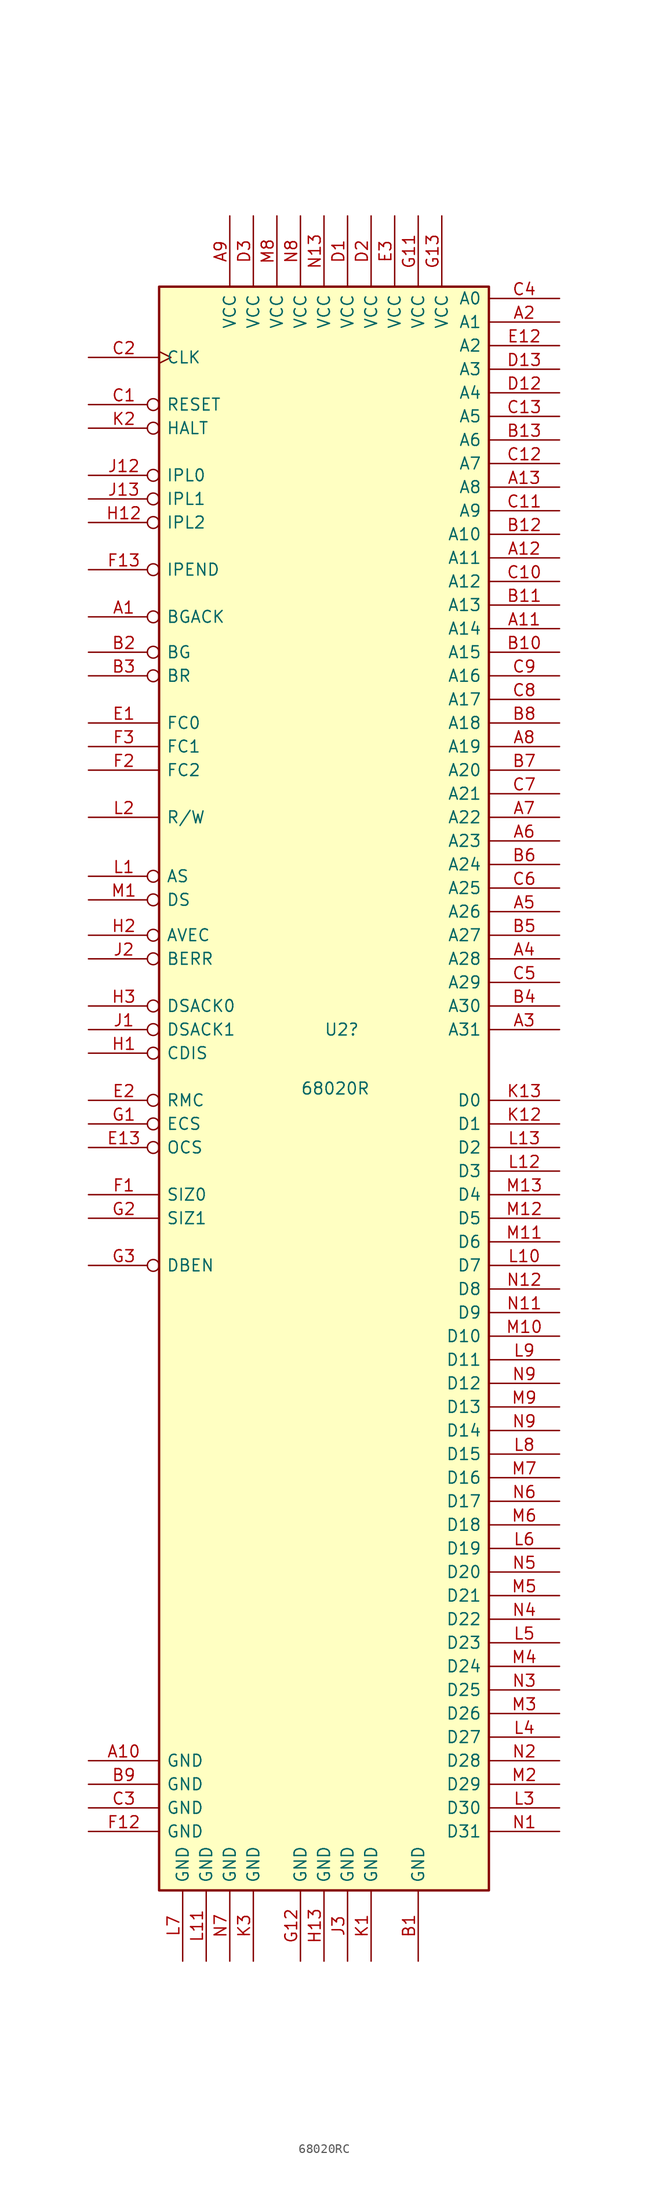
<source format=kicad_sym>
(kicad_symbol_lib
  (version 20241209)
  (generator "kicad_symbol_editor")
  (generator_version "9.0")
  (symbol "68020RC"
    (pin_names
      (offset 0.762))
    (property "Reference" "U2"
      (at 0 -20.32 0)
      (effects (font (size 1.27 1.27)) (justify left)))
    (property "Value" "68020R"
      (at -2.54 -26.67 0)
      (effects (font (size 1.27 1.27)) (justify left)))
    (symbol "68020RC_0_1"
      (rectangle (start -17.78 59.69) (end 17.78 -113.03) (stroke (width 0.254) (type default)) (fill (type background))))
    (symbol "68020RC_1_1"
      (pin input clock (at -25.4 52.07 0) (length 7.62) (name "CLK" (effects (font (size 1.27 1.27)))) (number "C2" (effects (font (size 1.27 1.27)))))
      (pin bidirectional inverted (at -25.4 46.99 0) (length 7.62) (name "RESET" (effects (font (size 1.27 1.27)))) (number "C1" (effects (font (size 1.27 1.27)))))
      (pin bidirectional inverted (at -25.4 44.45 0) (length 7.62) (name "HALT" (effects (font (size 1.27 1.27)))) (number "K2" (effects (font (size 1.27 1.27)))))
      (pin input inverted (at -25.4 39.37 0) (length 7.62) (name "IPL0" (effects (font (size 1.27 1.27)))) (number "J12" (effects (font (size 1.27 1.27)))))
      (pin input inverted (at -25.4 36.83 0) (length 7.62) (name "IPL1" (effects (font (size 1.27 1.27)))) (number "J13" (effects (font (size 1.27 1.27)))))
      (pin input inverted (at -25.4 34.29 0) (length 7.62) (name "IPL2" (effects (font (size 1.27 1.27)))) (number "H12" (effects (font (size 1.27 1.27)))))
      (pin unspecified inverted (at -25.4 29.21 0) (length 7.62) (name "IPEND" (effects (font (size 1.27 1.27)))) (number "F13" (effects (font (size 1.27 1.27)))))
      (pin input inverted (at -25.4 24.13 0) (length 7.62) (name "BGACK" (effects (font (size 1.27 1.27)))) (number "A1" (effects (font (size 1.27 1.27)))))
      (pin output inverted (at -25.4 20.32 0) (length 7.62) (name "BG" (effects (font (size 1.27 1.27)))) (number "B2" (effects (font (size 1.27 1.27)))))
      (pin input inverted (at -25.4 17.78 0) (length 7.62) (name "BR" (effects (font (size 1.27 1.27)))) (number "B3" (effects (font (size 1.27 1.27)))))
      (pin unspecified line (at -25.4 12.7 0) (length 7.62) (name "FC0" (effects (font (size 1.27 1.27)))) (number "E1" (effects (font (size 1.27 1.27)))))
      (pin output line (at -25.4 10.16 0) (length 7.62) (name "FC1" (effects (font (size 1.27 1.27)))) (number "F3" (effects (font (size 1.27 1.27)))))
      (pin output line (at -25.4 7.62 0) (length 7.62) (name "FC2" (effects (font (size 1.27 1.27)))) (number "F2" (effects (font (size 1.27 1.27)))))
      (pin output line (at -25.4 2.54 0) (length 7.62) (name "R/W" (effects (font (size 1.27 1.27)))) (number "L2" (effects (font (size 1.27 1.27)))))
      (pin output inverted (at -25.4 -3.81 0) (length 7.62) (name "AS" (effects (font (size 1.27 1.27)))) (number "L1" (effects (font (size 1.27 1.27)))))
      (pin input inverted (at -25.4 -6.35 0) (length 7.62) (name "DS" (effects (font (size 1.27 1.27)))) (number "M1" (effects (font (size 1.27 1.27)))))
      (pin unspecified inverted (at -25.4 -10.16 0) (length 7.62) (name "AVEC" (effects (font (size 1.27 1.27)))) (number "H2" (effects (font (size 1.27 1.27)))))
      (pin input inverted (at -25.4 -12.7 0) (length 7.62) (name "BERR" (effects (font (size 1.27 1.27)))) (number "J2" (effects (font (size 1.27 1.27)))))
      (pin unspecified inverted (at -25.4 -17.78 0) (length 7.62) (name "DSACK0" (effects (font (size 1.27 1.27)))) (number "H3" (effects (font (size 1.27 1.27)))))
      (pin unspecified inverted (at -25.4 -20.32 0) (length 7.62) (name "DSACK1" (effects (font (size 1.27 1.27)))) (number "J1" (effects (font (size 1.27 1.27)))))
      (pin bidirectional inverted (at -25.4 -22.86 0) (length 7.62) (name "CDIS" (effects (font (size 1.27 1.27)))) (number "H1" (effects (font (size 1.27 1.27)))))
      (pin unspecified inverted (at -25.4 -27.94 0) (length 7.62) (name "RMC" (effects (font (size 1.27 1.27)))) (number "E2" (effects (font (size 1.27 1.27)))))
      (pin unspecified inverted (at -25.4 -30.48 0) (length 7.62) (name "ECS" (effects (font (size 1.27 1.27)))) (number "G1" (effects (font (size 1.27 1.27)))))
      (pin unspecified inverted (at -25.4 -33.02 0) (length 7.62) (name "OCS" (effects (font (size 1.27 1.27)))) (number "E13" (effects (font (size 1.27 1.27)))))
      (pin unspecified line (at -25.4 -38.1 0) (length 7.62) (name "SIZ0" (effects (font (size 1.27 1.27)))) (number "F1" (effects (font (size 1.27 1.27)))))
      (pin unspecified line (at -25.4 -40.64 0) (length 7.62) (name "SIZ1" (effects (font (size 1.27 1.27)))) (number "G2" (effects (font (size 1.27 1.27)))))
      (pin unspecified inverted (at -25.4 -45.72 0) (length 7.62) (name "DBEN" (effects (font (size 1.27 1.27)))) (number "G3" (effects (font (size 1.27 1.27)))))
      (pin power_in line (at -25.4 -99.06 0) (length 7.62) (name "GND" (effects (font (size 1.27 1.27)))) (number "A10" (effects (font (size 1.27 1.27)))))
      (pin power_in line (at -25.4 -101.6 0) (length 7.62) (name "GND" (effects (font (size 1.27 1.27)))) (number "B9" (effects (font (size 1.27 1.27)))))
      (pin power_in line (at -25.4 -104.14 0) (length 7.62) (name "GND" (effects (font (size 1.27 1.27)))) (number "C3" (effects (font (size 1.27 1.27)))))
      (pin power_in line (at -25.4 -106.68 0) (length 7.62) (name "GND" (effects (font (size 1.27 1.27)))) (number "F12" (effects (font (size 1.27 1.27)))))
      (pin power_in line (at -15.24 -120.65 90) (length 7.62) (name "GND" (effects (font (size 1.27 1.27)))) (number "L7" (effects (font (size 1.27 1.27)))))
      (pin power_in line (at -12.7 -120.65 90) (length 7.62) (name "GND" (effects (font (size 1.27 1.27)))) (number "L11" (effects (font (size 1.27 1.27)))))
      (pin power_in line (at -10.16 67.31 270) (length 7.62) (name "VCC" (effects (font (size 1.27 1.27)))) (number "A9" (effects (font (size 1.27 1.27)))))
      (pin power_in line (at -10.16 -120.65 90) (length 7.62) (name "GND" (effects (font (size 1.27 1.27)))) (number "N7" (effects (font (size 1.27 1.27)))))
      (pin power_in line (at -7.62 67.31 270) (length 7.62) (name "VCC" (effects (font (size 1.27 1.27)))) (number "D3" (effects (font (size 1.27 1.27)))))
      (pin power_in line (at -7.62 -120.65 90) (length 7.62) (name "GND" (effects (font (size 1.27 1.27)))) (number "K3" (effects (font (size 1.27 1.27)))))
      (pin power_in line (at -5.08 67.31 270) (length 7.62) (name "VCC" (effects (font (size 1.27 1.27)))) (number "M8" (effects (font (size 1.27 1.27)))))
      (pin power_in line (at -2.54 67.31 270) (length 7.62) (name "VCC" (effects (font (size 1.27 1.27)))) (number "N8" (effects (font (size 1.27 1.27)))))
      (pin power_in line (at -2.54 -120.65 90) (length 7.62) (name "GND" (effects (font (size 1.27 1.27)))) (number "G12" (effects (font (size 1.27 1.27)))))
      (pin power_in line (at 0 67.31 270) (length 7.62) (name "VCC" (effects (font (size 1.27 1.27)))) (number "N13" (effects (font (size 1.27 1.27)))))
      (pin power_in line (at 0 -120.65 90) (length 7.62) (name "GND" (effects (font (size 1.27 1.27)))) (number "H13" (effects (font (size 1.27 1.27)))))
      (pin power_in line (at 2.54 67.31 270) (length 7.62) (name "VCC" (effects (font (size 1.27 1.27)))) (number "D1" (effects (font (size 1.27 1.27)))))
      (pin power_in line (at 2.54 -120.65 90) (length 7.62) (name "GND" (effects (font (size 1.27 1.27)))) (number "J3" (effects (font (size 1.27 1.27)))))
      (pin power_in line (at 5.08 67.31 270) (length 7.62) (name "VCC" (effects (font (size 1.27 1.27)))) (number "D2" (effects (font (size 1.27 1.27)))))
      (pin power_in line (at 5.08 -120.65 90) (length 7.62) (name "GND" (effects (font (size 1.27 1.27)))) (number "K1" (effects (font (size 1.27 1.27)))))
      (pin power_in line (at 7.62 67.31 270) (length 7.62) (name "VCC" (effects (font (size 1.27 1.27)))) (number "E3" (effects (font (size 1.27 1.27)))))
      (pin power_in line (at 10.16 67.31 270) (length 7.62) (name "VCC" (effects (font (size 1.27 1.27)))) (number "G11" (effects (font (size 1.27 1.27)))))
      (pin power_in line (at 10.16 -120.65 90) (length 7.62) (name "GND" (effects (font (size 1.27 1.27)))) (number "B1" (effects (font (size 1.27 1.27)))))
      (pin power_in line (at 12.7 67.31 270) (length 7.62) (name "VCC" (effects (font (size 1.27 1.27)))) (number "G13" (effects (font (size 1.27 1.27)))))
      (pin output line (at 25.4 58.42 180) (length 7.62) (name "A0" (effects (font (size 1.27 1.27)))) (number "C4" (effects (font (size 1.27 1.27)))))
      (pin output line (at 25.4 55.88 180) (length 7.62) (name "A1" (effects (font (size 1.27 1.27)))) (number "A2" (effects (font (size 1.27 1.27)))))
      (pin output line (at 25.4 53.34 180) (length 7.62) (name "A2" (effects (font (size 1.27 1.27)))) (number "E12" (effects (font (size 1.27 1.27)))))
      (pin output line (at 25.4 50.8 180) (length 7.62) (name "A3" (effects (font (size 1.27 1.27)))) (number "D13" (effects (font (size 1.27 1.27)))))
      (pin output line (at 25.4 48.26 180) (length 7.62) (name "A4" (effects (font (size 1.27 1.27)))) (number "D12" (effects (font (size 1.27 1.27)))))
      (pin output line (at 25.4 45.72 180) (length 7.62) (name "A5" (effects (font (size 1.27 1.27)))) (number "C13" (effects (font (size 1.27 1.27)))))
      (pin output line (at 25.4 43.18 180) (length 7.62) (name "A6" (effects (font (size 1.27 1.27)))) (number "B13" (effects (font (size 1.27 1.27)))))
      (pin output line (at 25.4 40.64 180) (length 7.62) (name "A7" (effects (font (size 1.27 1.27)))) (number "C12" (effects (font (size 1.27 1.27)))))
      (pin output line (at 25.4 38.1 180) (length 7.62) (name "A8" (effects (font (size 1.27 1.27)))) (number "A13" (effects (font (size 1.27 1.27)))))
      (pin output line (at 25.4 35.56 180) (length 7.62) (name "A9" (effects (font (size 1.27 1.27)))) (number "C11" (effects (font (size 1.27 1.27)))))
      (pin output line (at 25.4 33.02 180) (length 7.62) (name "A10" (effects (font (size 1.27 1.27)))) (number "B12" (effects (font (size 1.27 1.27)))))
      (pin output line (at 25.4 30.48 180) (length 7.62) (name "A11" (effects (font (size 1.27 1.27)))) (number "A12" (effects (font (size 1.27 1.27)))))
      (pin output line (at 25.4 27.94 180) (length 7.62) (name "A12" (effects (font (size 1.27 1.27)))) (number "C10" (effects (font (size 1.27 1.27)))))
      (pin output line (at 25.4 25.4 180) (length 7.62) (name "A13" (effects (font (size 1.27 1.27)))) (number "B11" (effects (font (size 1.27 1.27)))))
      (pin output line (at 25.4 22.86 180) (length 7.62) (name "A14" (effects (font (size 1.27 1.27)))) (number "A11" (effects (font (size 1.27 1.27)))))
      (pin output line (at 25.4 20.32 180) (length 7.62) (name "A15" (effects (font (size 1.27 1.27)))) (number "B10" (effects (font (size 1.27 1.27)))))
      (pin output line (at 25.4 17.78 180) (length 7.62) (name "A16" (effects (font (size 1.27 1.27)))) (number "C9" (effects (font (size 1.27 1.27)))))
      (pin output line (at 25.4 15.24 180) (length 7.62) (name "A17" (effects (font (size 1.27 1.27)))) (number "C8" (effects (font (size 1.27 1.27)))))
      (pin output line (at 25.4 12.7 180) (length 7.62) (name "A18" (effects (font (size 1.27 1.27)))) (number "B8" (effects (font (size 1.27 1.27)))))
      (pin output line (at 25.4 10.16 180) (length 7.62) (name "A19" (effects (font (size 1.27 1.27)))) (number "A8" (effects (font (size 1.27 1.27)))))
      (pin output line (at 25.4 7.62 180) (length 7.62) (name "A20" (effects (font (size 1.27 1.27)))) (number "B7" (effects (font (size 1.27 1.27)))))
      (pin output line (at 25.4 5.08 180) (length 7.62) (name "A21" (effects (font (size 1.27 1.27)))) (number "C7" (effects (font (size 1.27 1.27)))))
      (pin output line (at 25.4 2.54 180) (length 7.62) (name "A22" (effects (font (size 1.27 1.27)))) (number "A7" (effects (font (size 1.27 1.27)))))
      (pin output line (at 25.4 0 180) (length 7.62) (name "A23" (effects (font (size 1.27 1.27)))) (number "A6" (effects (font (size 1.27 1.27)))))
      (pin output line (at 25.4 -2.54 180) (length 7.62) (name "A24" (effects (font (size 1.27 1.27)))) (number "B6" (effects (font (size 1.27 1.27)))))
      (pin output line (at 25.4 -5.08 180) (length 7.62) (name "A25" (effects (font (size 1.27 1.27)))) (number "C6" (effects (font (size 1.27 1.27)))))
      (pin output line (at 25.4 -7.62 180) (length 7.62) (name "A26" (effects (font (size 1.27 1.27)))) (number "A5" (effects (font (size 1.27 1.27)))))
      (pin output line (at 25.4 -10.16 180) (length 7.62) (name "A27" (effects (font (size 1.27 1.27)))) (number "B5" (effects (font (size 1.27 1.27)))))
      (pin output line (at 25.4 -12.7 180) (length 7.62) (name "A28" (effects (font (size 1.27 1.27)))) (number "A4" (effects (font (size 1.27 1.27)))))
      (pin output line (at 25.4 -15.24 180) (length 7.62) (name "A29" (effects (font (size 1.27 1.27)))) (number "C5" (effects (font (size 1.27 1.27)))))
      (pin output line (at 25.4 -17.78 180) (length 7.62) (name "A30" (effects (font (size 1.27 1.27)))) (number "B4" (effects (font (size 1.27 1.27)))))
      (pin output line (at 25.4 -20.32 180) (length 7.62) (name "A31" (effects (font (size 1.27 1.27)))) (number "A3" (effects (font (size 1.27 1.27)))))
      (pin bidirectional line (at 25.4 -27.94 180) (length 7.62) (name "D0" (effects (font (size 1.27 1.27)))) (number "K13" (effects (font (size 1.27 1.27)))))
      (pin bidirectional line (at 25.4 -30.48 180) (length 7.62) (name "D1" (effects (font (size 1.27 1.27)))) (number "K12" (effects (font (size 1.27 1.27)))))
      (pin bidirectional line (at 25.4 -33.02 180) (length 7.62) (name "D2" (effects (font (size 1.27 1.27)))) (number "L13" (effects (font (size 1.27 1.27)))))
      (pin bidirectional line (at 25.4 -35.56 180) (length 7.62) (name "D3" (effects (font (size 1.27 1.27)))) (number "L12" (effects (font (size 1.27 1.27)))))
      (pin bidirectional line (at 25.4 -38.1 180) (length 7.62) (name "D4" (effects (font (size 1.27 1.27)))) (number "M13" (effects (font (size 1.27 1.27)))))
      (pin bidirectional line (at 25.4 -40.64 180) (length 7.62) (name "D5" (effects (font (size 1.27 1.27)))) (number "M12" (effects (font (size 1.27 1.27)))))
      (pin bidirectional line (at 25.4 -43.18 180) (length 7.62) (name "D6" (effects (font (size 1.27 1.27)))) (number "M11" (effects (font (size 1.27 1.27)))))
      (pin bidirectional line (at 25.4 -45.72 180) (length 7.62) (name "D7" (effects (font (size 1.27 1.27)))) (number "L10" (effects (font (size 1.27 1.27)))))
      (pin bidirectional line (at 25.4 -48.26 180) (length 7.62) (name "D8" (effects (font (size 1.27 1.27)))) (number "N12" (effects (font (size 1.27 1.27)))))
      (pin bidirectional line (at 25.4 -50.8 180) (length 7.62) (name "D9" (effects (font (size 1.27 1.27)))) (number "N11" (effects (font (size 1.27 1.27)))))
      (pin bidirectional line (at 25.4 -53.34 180) (length 7.62) (name "D10" (effects (font (size 1.27 1.27)))) (number "M10" (effects (font (size 1.27 1.27)))))
      (pin bidirectional line (at 25.4 -55.88 180) (length 7.62) (name "D11" (effects (font (size 1.27 1.27)))) (number "L9" (effects (font (size 1.27 1.27)))))
      (pin bidirectional line (at 25.4 -58.42 180) (length 7.62) (name "D12" (effects (font (size 1.27 1.27)))) (number "N9" (effects (font (size 1.27 1.27)))))
      (pin bidirectional line (at 25.4 -60.96 180) (length 7.62) (name "D13" (effects (font (size 1.27 1.27)))) (number "M9" (effects (font (size 1.27 1.27)))))
      (pin bidirectional line (at 25.4 -63.5 180) (length 7.62) (name "D14" (effects (font (size 1.27 1.27)))) (number "N9" (effects (font (size 1.27 1.27)))))
      (pin bidirectional line (at 25.4 -66.04 180) (length 7.62) (name "D15" (effects (font (size 1.27 1.27)))) (number "L8" (effects (font (size 1.27 1.27)))))
      (pin bidirectional line (at 25.4 -68.58 180) (length 7.62) (name "D16" (effects (font (size 1.27 1.27)))) (number "M7" (effects (font (size 1.27 1.27)))))
      (pin bidirectional line (at 25.4 -71.12 180) (length 7.62) (name "D17" (effects (font (size 1.27 1.27)))) (number "N6" (effects (font (size 1.27 1.27)))))
      (pin bidirectional line (at 25.4 -73.66 180) (length 7.62) (name "D18" (effects (font (size 1.27 1.27)))) (number "M6" (effects (font (size 1.27 1.27)))))
      (pin bidirectional line (at 25.4 -76.2 180) (length 7.62) (name "D19" (effects (font (size 1.27 1.27)))) (number "L6" (effects (font (size 1.27 1.27)))))
      (pin bidirectional line (at 25.4 -78.74 180) (length 7.62) (name "D20" (effects (font (size 1.27 1.27)))) (number "N5" (effects (font (size 1.27 1.27)))))
      (pin bidirectional line (at 25.4 -81.28 180) (length 7.62) (name "D21" (effects (font (size 1.27 1.27)))) (number "M5" (effects (font (size 1.27 1.27)))))
      (pin bidirectional line (at 25.4 -83.82 180) (length 7.62) (name "D22" (effects (font (size 1.27 1.27)))) (number "N4" (effects (font (size 1.27 1.27)))))
      (pin bidirectional line (at 25.4 -86.36 180) (length 7.62) (name "D23" (effects (font (size 1.27 1.27)))) (number "L5" (effects (font (size 1.27 1.27)))))
      (pin bidirectional line (at 25.4 -88.9 180) (length 7.62) (name "D24" (effects (font (size 1.27 1.27)))) (number "M4" (effects (font (size 1.27 1.27)))))
      (pin bidirectional line (at 25.4 -91.44 180) (length 7.62) (name "D25" (effects (font (size 1.27 1.27)))) (number "N3" (effects (font (size 1.27 1.27)))))
      (pin bidirectional line (at 25.4 -93.98 180) (length 7.62) (name "D26" (effects (font (size 1.27 1.27)))) (number "M3" (effects (font (size 1.27 1.27)))))
      (pin bidirectional line (at 25.4 -96.52 180) (length 7.62) (name "D27" (effects (font (size 1.27 1.27)))) (number "L4" (effects (font (size 1.27 1.27)))))
      (pin bidirectional line (at 25.4 -99.06 180) (length 7.62) (name "D28" (effects (font (size 1.27 1.27)))) (number "N2" (effects (font (size 1.27 1.27)))))
      (pin bidirectional line (at 25.4 -101.6 180) (length 7.62) (name "D29" (effects (font (size 1.27 1.27)))) (number "M2" (effects (font (size 1.27 1.27)))))
      (pin bidirectional line (at 25.4 -104.14 180) (length 7.62) (name "D30" (effects (font (size 1.27 1.27)))) (number "L3" (effects (font (size 1.27 1.27)))))
      (pin bidirectional line (at 25.4 -106.68 180) (length 7.62) (name "D31" (effects (font (size 1.27 1.27)))) (number "N1" (effects (font (size 1.27 1.27))))))))
</source>
